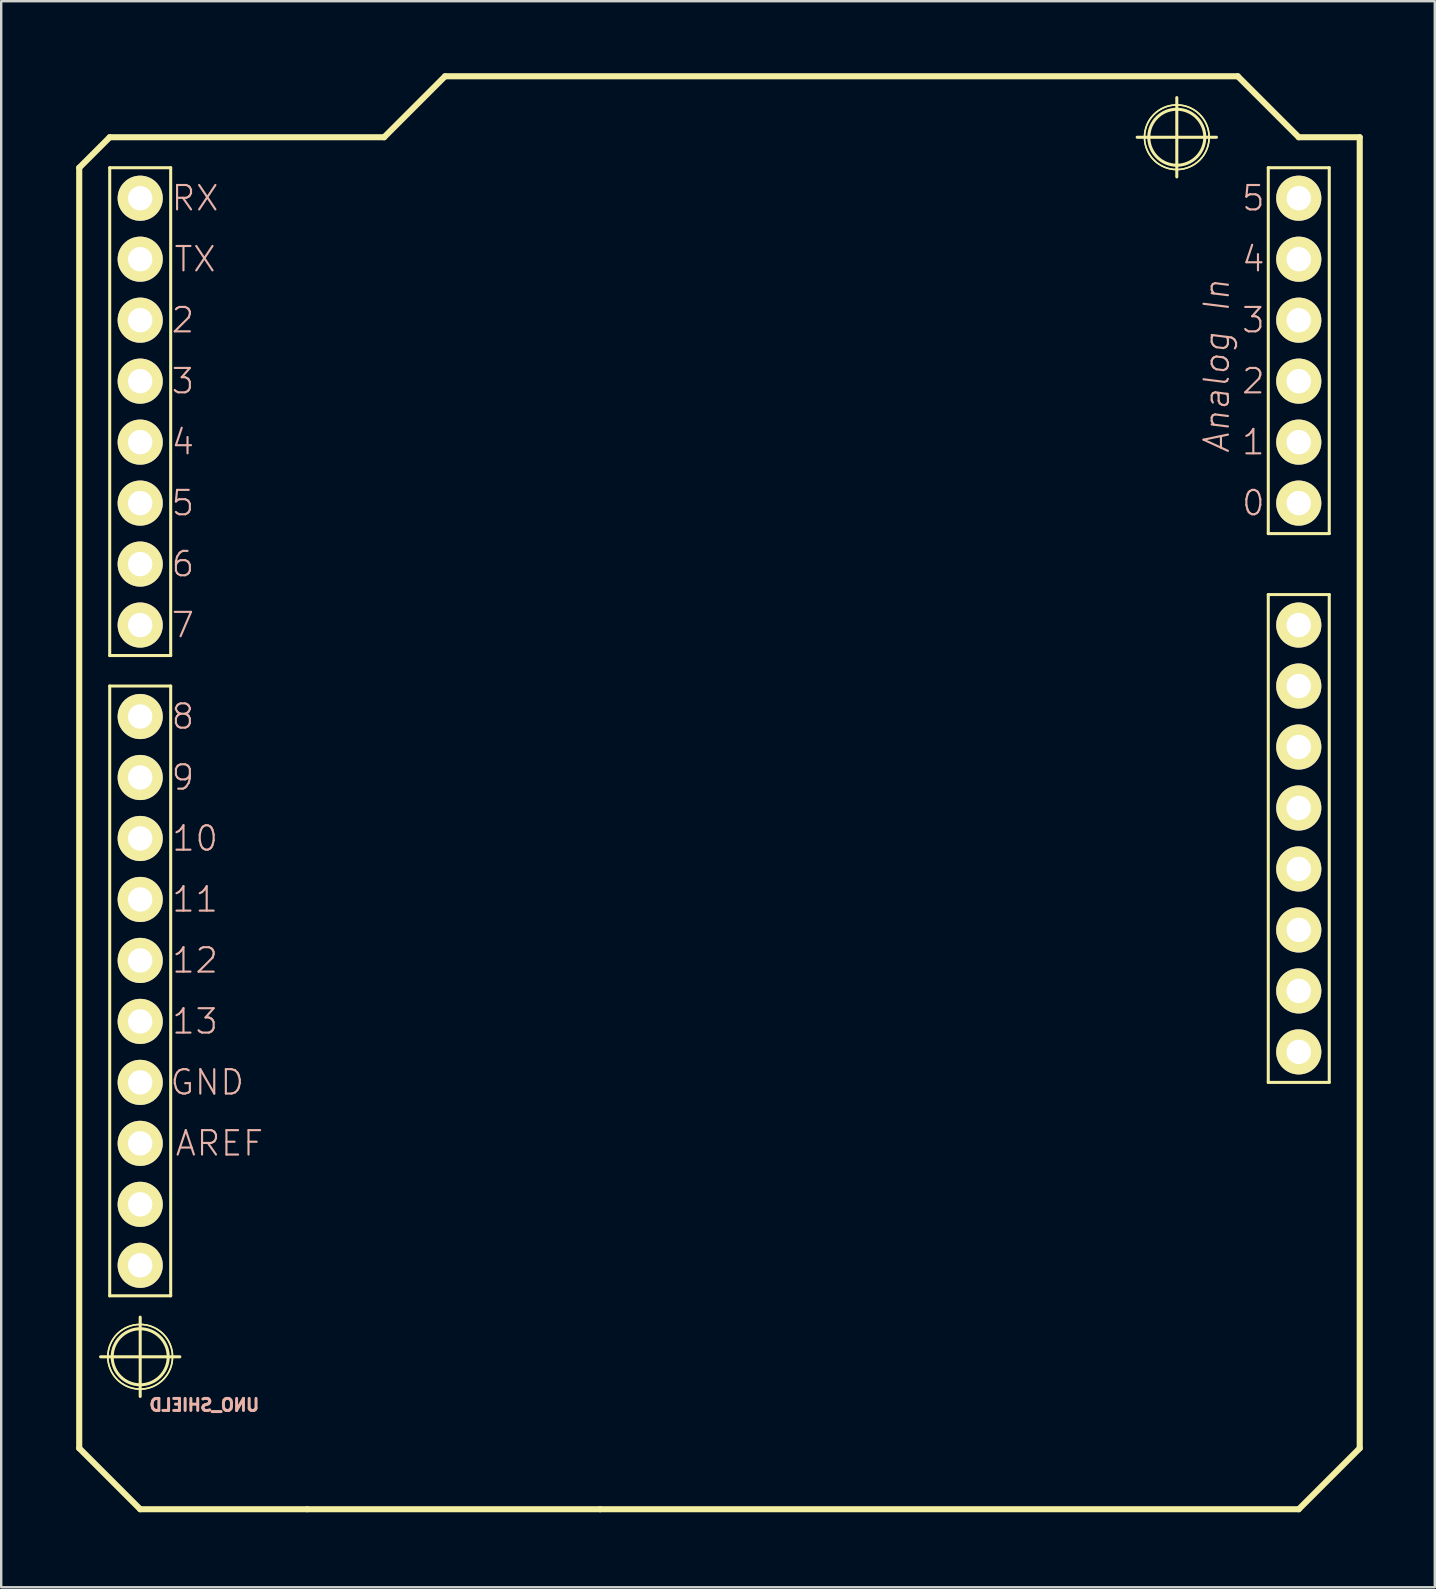
<source format=kicad_pcb>
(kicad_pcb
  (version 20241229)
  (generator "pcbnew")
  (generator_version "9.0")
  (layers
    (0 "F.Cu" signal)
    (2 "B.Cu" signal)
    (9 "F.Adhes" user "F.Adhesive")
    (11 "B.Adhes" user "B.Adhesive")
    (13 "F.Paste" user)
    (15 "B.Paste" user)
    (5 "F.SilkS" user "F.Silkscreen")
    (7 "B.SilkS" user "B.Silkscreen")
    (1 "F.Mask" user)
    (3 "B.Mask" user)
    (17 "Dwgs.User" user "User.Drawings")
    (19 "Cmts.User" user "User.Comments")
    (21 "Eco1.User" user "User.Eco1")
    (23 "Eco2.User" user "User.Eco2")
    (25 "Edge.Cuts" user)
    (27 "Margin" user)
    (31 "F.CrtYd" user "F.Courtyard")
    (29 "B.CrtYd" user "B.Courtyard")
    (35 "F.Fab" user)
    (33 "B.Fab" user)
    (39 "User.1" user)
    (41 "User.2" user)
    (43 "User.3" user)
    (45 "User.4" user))
  (footprint "UNO_SHIELD"
    (layer "F.Cu")
    (at 0.25 59.817)
    (property "Reference" "UNO_SHIELD" (at 5.21 -4.34 0) (layer "B.SilkS") (effects (font (size 0.5 0.5) (thickness 0.125)) (justify mirror)))
    (attr exclude_from_pos_files exclude_from_bom)
    (fp_line (start 0 -55.88) (end 0 -2.54) (stroke (width 0.254) (type solid)) (layer "F.SilkS"))
    (fp_line (start 0 -2.54) (end 2.54 0) (stroke (width 0.254) (type solid)) (layer "F.SilkS"))
    (fp_line (start 0.889 -6.35) (end 4.191 -6.35) (stroke (width 0.127) (type solid)) (layer "F.SilkS"))
    (fp_line (start 1.27 -57.15) (end 0 -55.88) (stroke (width 0.254) (type solid)) (layer "F.SilkS"))
    (fp_line (start 1.27 -55.88) (end 3.81 -55.88) (stroke (width 0.127) (type solid)) (layer "F.SilkS"))
    (fp_line (start 1.27 -35.56) (end 1.27 -55.88) (stroke (width 0.127) (type solid)) (layer "F.SilkS"))
    (fp_line (start 1.27 -34.29) (end 3.81 -34.29) (stroke (width 0.127) (type solid)) (layer "F.SilkS"))
    (fp_line (start 1.27 -8.89) (end 1.27 -34.29) (stroke (width 0.127) (type solid)) (layer "F.SilkS"))
    (fp_line (start 2.54 -4.699) (end 2.54 -8.001) (stroke (width 0.127) (type solid)) (layer "F.SilkS"))
    (fp_line (start 2.54 0) (end 9.5 0) (stroke (width 0.254) (type solid)) (layer "F.SilkS"))
    (fp_line (start 3.81 -55.88) (end 3.81 -35.56) (stroke (width 0.127) (type solid)) (layer "F.SilkS"))
    (fp_line (start 3.81 -35.56) (end 1.27 -35.56) (stroke (width 0.127) (type solid)) (layer "F.SilkS"))
    (fp_line (start 3.81 -34.29) (end 3.81 -8.89) (stroke (width 0.127) (type solid)) (layer "F.SilkS"))
    (fp_line (start 3.81 -8.89) (end 1.27 -8.89) (stroke (width 0.127) (type solid)) (layer "F.SilkS"))
    (fp_line (start 9.5 0) (end 21.699 0) (stroke (width 0.254) (type solid)) (layer "F.SilkS"))
    (fp_line (start 12.7 -57.15) (end 1.27 -57.15) (stroke (width 0.254) (type solid)) (layer "F.SilkS"))
    (fp_line (start 15.24 -59.69) (end 12.7 -57.15) (stroke (width 0.254) (type solid)) (layer "F.SilkS"))
    (fp_line (start 21.699 0) (end 50.8 0) (stroke (width 0.254) (type solid)) (layer "F.SilkS"))
    (fp_line (start 44.069 -57.15) (end 47.371 -57.15) (stroke (width 0.127) (type solid)) (layer "F.SilkS"))
    (fp_line (start 45.72 -55.499) (end 45.72 -58.801) (stroke (width 0.127) (type solid)) (layer "F.SilkS"))
    (fp_line (start 48.26 -59.69) (end 15.24 -59.69) (stroke (width 0.254) (type solid)) (layer "F.SilkS"))
    (fp_line (start 49.53 -55.88) (end 52.07 -55.88) (stroke (width 0.127) (type solid)) (layer "F.SilkS"))
    (fp_line (start 49.53 -40.64) (end 49.53 -55.88) (stroke (width 0.127) (type solid)) (layer "F.SilkS"))
    (fp_line (start 49.53 -38.1) (end 49.53 -17.78) (stroke (width 0.127) (type solid)) (layer "F.SilkS"))
    (fp_line (start 49.53 -17.78) (end 52.07 -17.78) (stroke (width 0.127) (type solid)) (layer "F.SilkS"))
    (fp_line (start 50.8 -57.15) (end 48.26 -59.69) (stroke (width 0.254) (type solid)) (layer "F.SilkS"))
    (fp_line (start 50.8 0) (end 53.34 -2.54) (stroke (width 0.254) (type solid)) (layer "F.SilkS"))
    (fp_line (start 52.07 -55.88) (end 52.07 -40.64) (stroke (width 0.127) (type solid)) (layer "F.SilkS"))
    (fp_line (start 52.07 -40.64) (end 49.53 -40.64) (stroke (width 0.127) (type solid)) (layer "F.SilkS"))
    (fp_line (start 52.07 -38.1) (end 49.53 -38.1) (stroke (width 0.127) (type solid)) (layer "F.SilkS"))
    (fp_line (start 52.07 -17.78) (end 52.07 -38.1) (stroke (width 0.127) (type solid)) (layer "F.SilkS"))
    (fp_line (start 53.34 -57.15) (end 50.8 -57.15) (stroke (width 0.254) (type solid)) (layer "F.SilkS"))
    (fp_line (start 53.34 -2.54) (end 53.34 -57.15) (stroke (width 0.254) (type solid)) (layer "F.SilkS"))
    (fp_circle (center 2.54 -6.35) (end 3.365 -7.176) (stroke (width 0.127) (type solid)) (fill no) (layer "F.SilkS"))
    (fp_circle (center 2.54 -6.35) (end 3.493 -7.303) (stroke (width 0.064) (type solid)) (fill no) (layer "F.SilkS"))
    (fp_circle (center 2.54 -6.35) (end 3.493 -7.303) (stroke (width 0.064) (type solid)) (fill no) (layer "F.SilkS"))
    (fp_circle (center 45.72 -57.15) (end 46.545 -57.975) (stroke (width 0.127) (type solid)) (fill no) (layer "F.SilkS"))
    (fp_circle (center 45.72 -57.15) (end 46.672 -58.102) (stroke (width 0.064) (type solid)) (fill no) (layer "F.SilkS"))
    (fp_circle (center 45.72 -57.15) (end 46.672 -58.102) (stroke (width 0.064) (type solid)) (fill no) (layer "F.SilkS"))
    (fp_text user "GND" (at 5.334 -17.78 0) (layer "B.SilkS") (effects (font (size 1.016 1.016) (thickness 0.089))))
    (fp_text user "8" (at 4.318 -33.02 0) (layer "B.SilkS") (effects (font (size 1.016 1.016) (thickness 0.089))))
    (fp_text user "9" (at 4.318 -30.48 0) (layer "B.SilkS") (effects (font (size 1.016 1.016) (thickness 0.089))))
    (fp_text user "13" (at 4.826 -20.32 0) (layer "B.SilkS") (effects (font (size 1.016 1.016) (thickness 0.089))))
    (fp_text user "7" (at 4.318 -36.83 0) (layer "B.SilkS") (effects (font (size 1.016 1.016) (thickness 0.089))))
    (fp_text user "TX" (at 4.826 -52.07 0) (layer "B.SilkS") (effects (font (size 1.016 1.016) (thickness 0.089))))
    (fp_text user "AREF" (at 5.842 -15.24 0) (layer "B.SilkS") (effects (font (size 1.016 1.016) (thickness 0.089))))
    (fp_text user "0" (at 48.908 -41.91 180) (layer "B.SilkS") (effects (font (size 1.016 1.016) (thickness 0.089))))
    (fp_text user "5" (at 4.318 -41.91 0) (layer "B.SilkS") (effects (font (size 1.016 1.016) (thickness 0.089))))
    (fp_text user "2" (at 4.318 -49.53 0) (layer "B.SilkS") (effects (font (size 1.016 1.016) (thickness 0.089))))
    (fp_text user "5" (at 48.908 -54.61 180) (layer "B.SilkS") (effects (font (size 1.016 1.016) (thickness 0.089))))
    (fp_text user "12" (at 4.826 -22.86 0) (layer "B.SilkS") (effects (font (size 1.016 1.016) (thickness 0.089))))
    (fp_text user "3" (at 48.908 -49.53 180) (layer "B.SilkS") (effects (font (size 1.016 1.016) (thickness 0.089))))
    (fp_text user "Analog In" (at 47.384 -47.625 270) (layer "B.SilkS") (effects (font (size 1.016 1.016) (thickness 0.089) (italic yes))))
    (fp_text user "RX" (at 4.826 -54.61 0) (layer "B.SilkS") (effects (font (size 1.016 1.016) (thickness 0.089))))
    (fp_text user "4" (at 4.318 -44.45 0) (layer "B.SilkS") (effects (font (size 1.016 1.016) (thickness 0.089))))
    (fp_text user "10" (at 4.826 -27.94 0) (layer "B.SilkS") (effects (font (size 1.016 1.016) (thickness 0.089))))
    (fp_text user "2" (at 48.908 -46.99 180) (layer "B.SilkS") (effects (font (size 1.016 1.016) (thickness 0.089))))
    (fp_text user "3" (at 4.318 -46.99 0) (layer "B.SilkS") (effects (font (size 1.016 1.016) (thickness 0.089))))
    (fp_text user "11" (at 4.826 -25.4 0) (layer "B.SilkS") (effects (font (size 1.016 1.016) (thickness 0.089))))
    (fp_text user "6" (at 4.318 -39.37 0) (layer "B.SilkS") (effects (font (size 1.016 1.016) (thickness 0.089))))
    (fp_text user "4" (at 48.908 -52.07 180) (layer "B.SilkS") (effects (font (size 1.016 1.016) (thickness 0.089))))
    (fp_text user "1" (at 48.908 -44.45 180) (layer "B.SilkS") (effects (font (size 1.016 1.016) (thickness 0.089))))
    (pad "3.3V" thru_hole circle (at 50.8 -26.67) (size 1.88 1.88) (drill 1.016) (layers "*.Cu" "*.Mask" "F.SilkS" "F.Paste"))
    (pad "5V" thru_hole circle (at 50.8 -29.21) (size 1.88 1.88) (drill 1.016) (layers "*.Cu" "*.Mask" "F.SilkS" "F.Paste"))
    (pad "A0" thru_hole circle (at 50.8 -41.91) (size 1.88 1.88) (drill 1.016) (layers "*.Cu" "*.Mask" "F.SilkS" "F.Paste"))
    (pad "A1" thru_hole circle (at 50.8 -44.45) (size 1.88 1.88) (drill 1.016) (layers "*.Cu" "*.Mask" "F.SilkS" "F.Paste"))
    (pad "A2" thru_hole circle (at 50.8 -46.99) (size 1.88 1.88) (drill 1.016) (layers "*.Cu" "*.Mask" "F.SilkS" "F.Paste"))
    (pad "A3" thru_hole circle (at 50.8 -49.53) (size 1.88 1.88) (drill 1.016) (layers "*.Cu" "*.Mask" "F.SilkS" "F.Paste"))
    (pad "A4" thru_hole circle (at 50.8 -52.07) (size 1.88 1.88) (drill 1.016) (layers "*.Cu" "*.Mask" "F.SilkS" "F.Paste"))
    (pad "A5" thru_hole circle (at 50.8 -54.61) (size 1.88 1.88) (drill 1.016) (layers "*.Cu" "*.Mask" "F.SilkS" "F.Paste"))
    (pad "AREF" thru_hole circle (at 2.54 -15.24) (size 1.88 1.88) (drill 1.016) (layers "*.Cu" "*.Mask" "F.SilkS" "F.Paste"))
    (pad "D2" thru_hole circle (at 2.54 -49.53) (size 1.88 1.88) (drill 1.016) (layers "*.Cu" "*.Mask" "F.SilkS" "F.Paste"))
    (pad "D3" thru_hole circle (at 2.54 -46.99) (size 1.88 1.88) (drill 1.016) (layers "*.Cu" "*.Mask" "F.SilkS" "F.Paste"))
    (pad "D4" thru_hole circle (at 2.54 -44.45) (size 1.88 1.88) (drill 1.016) (layers "*.Cu" "*.Mask" "F.SilkS" "F.Paste"))
    (pad "D5" thru_hole circle (at 2.54 -41.91) (size 1.88 1.88) (drill 1.016) (layers "*.Cu" "*.Mask" "F.SilkS" "F.Paste"))
    (pad "D6" thru_hole circle (at 2.54 -39.37) (size 1.88 1.88) (drill 1.016) (layers "*.Cu" "*.Mask" "F.SilkS" "F.Paste"))
    (pad "D7" thru_hole circle (at 2.54 -36.83) (size 1.88 1.88) (drill 1.016) (layers "*.Cu" "*.Mask" "F.SilkS" "F.Paste"))
    (pad "D8" thru_hole circle (at 2.54 -33.02) (size 1.88 1.88) (drill 1.016) (layers "*.Cu" "*.Mask" "F.SilkS" "F.Paste"))
    (pad "D9" thru_hole circle (at 2.54 -30.48) (size 1.88 1.88) (drill 1.016) (layers "*.Cu" "*.Mask" "F.SilkS" "F.Paste"))
    (pad "D10" thru_hole circle (at 2.54 -27.94) (size 1.88 1.88) (drill 1.016) (layers "*.Cu" "*.Mask" "F.SilkS" "F.Paste"))
    (pad "D11" thru_hole circle (at 2.54 -25.4) (size 1.88 1.88) (drill 1.016) (layers "*.Cu" "*.Mask" "F.SilkS" "F.Paste"))
    (pad "D12" thru_hole circle (at 2.54 -22.86) (size 1.88 1.88) (drill 1.016) (layers "*.Cu" "*.Mask" "F.SilkS" "F.Paste"))
    (pad "D13" thru_hole circle (at 2.54 -20.32) (size 1.88 1.88) (drill 1.016) (layers "*.Cu" "*.Mask" "F.SilkS" "F.Paste"))
    (pad "D18" thru_hole circle (at 2.54 -12.7) (size 1.88 1.88) (drill 1.016) (layers "*.Cu" "*.Mask" "F.SilkS" "F.Paste"))
    (pad "D19" thru_hole circle (at 2.54 -10.16) (size 1.88 1.88) (drill 1.016) (layers "*.Cu" "*.Mask" "F.SilkS" "F.Paste"))
    (pad "GND@" thru_hole circle (at 2.54 -17.78) (size 1.88 1.88) (drill 1.016) (layers "*.Cu" "*.Mask" "F.SilkS" "F.Paste"))
    (pad "GND@" thru_hole circle (at 50.8 -34.29) (size 1.88 1.88) (drill 1.016) (layers "*.Cu" "*.Mask" "F.SilkS" "F.Paste"))
    (pad "GND@" thru_hole circle (at 50.8 -31.75) (size 1.88 1.88) (drill 1.016) (layers "*.Cu" "*.Mask" "F.SilkS" "F.Paste"))
    (pad "IORE" thru_hole circle (at 50.8 -21.59) (size 1.88 1.88) (drill 1.016) (layers "*.Cu" "*.Mask" "F.SilkS" "F.Paste"))
    (pad "NC" thru_hole circle (at 50.8 -19.05) (size 1.88 1.88) (drill 1.016) (layers "*.Cu" "*.Mask" "F.SilkS" "F.Paste"))
    (pad "RES" thru_hole circle (at 50.8 -24.13) (size 1.88 1.88) (drill 1.016) (layers "*.Cu" "*.Mask" "F.SilkS" "F.Paste"))
    (pad "RX" thru_hole circle (at 2.54 -54.61) (size 1.88 1.88) (drill 1.016) (layers "*.Cu" "*.Mask" "F.SilkS" "F.Paste"))
    (pad "TX" thru_hole circle (at 2.54 -52.07) (size 1.88 1.88) (drill 1.016) (layers "*.Cu" "*.Mask" "F.SilkS" "F.Paste"))
    (pad "VIN" thru_hole circle (at 50.8 -36.83) (size 1.88 1.88) (drill 1.016) (layers "*.Cu" "*.Mask" "F.SilkS" "F.Paste")))
  (gr_rect
    (start -3 -3)
    (end 56.717 63.067)
    (stroke (width 0.1) (type default))
    (fill no)
    (layer "Edge.Cuts")))
</source>
